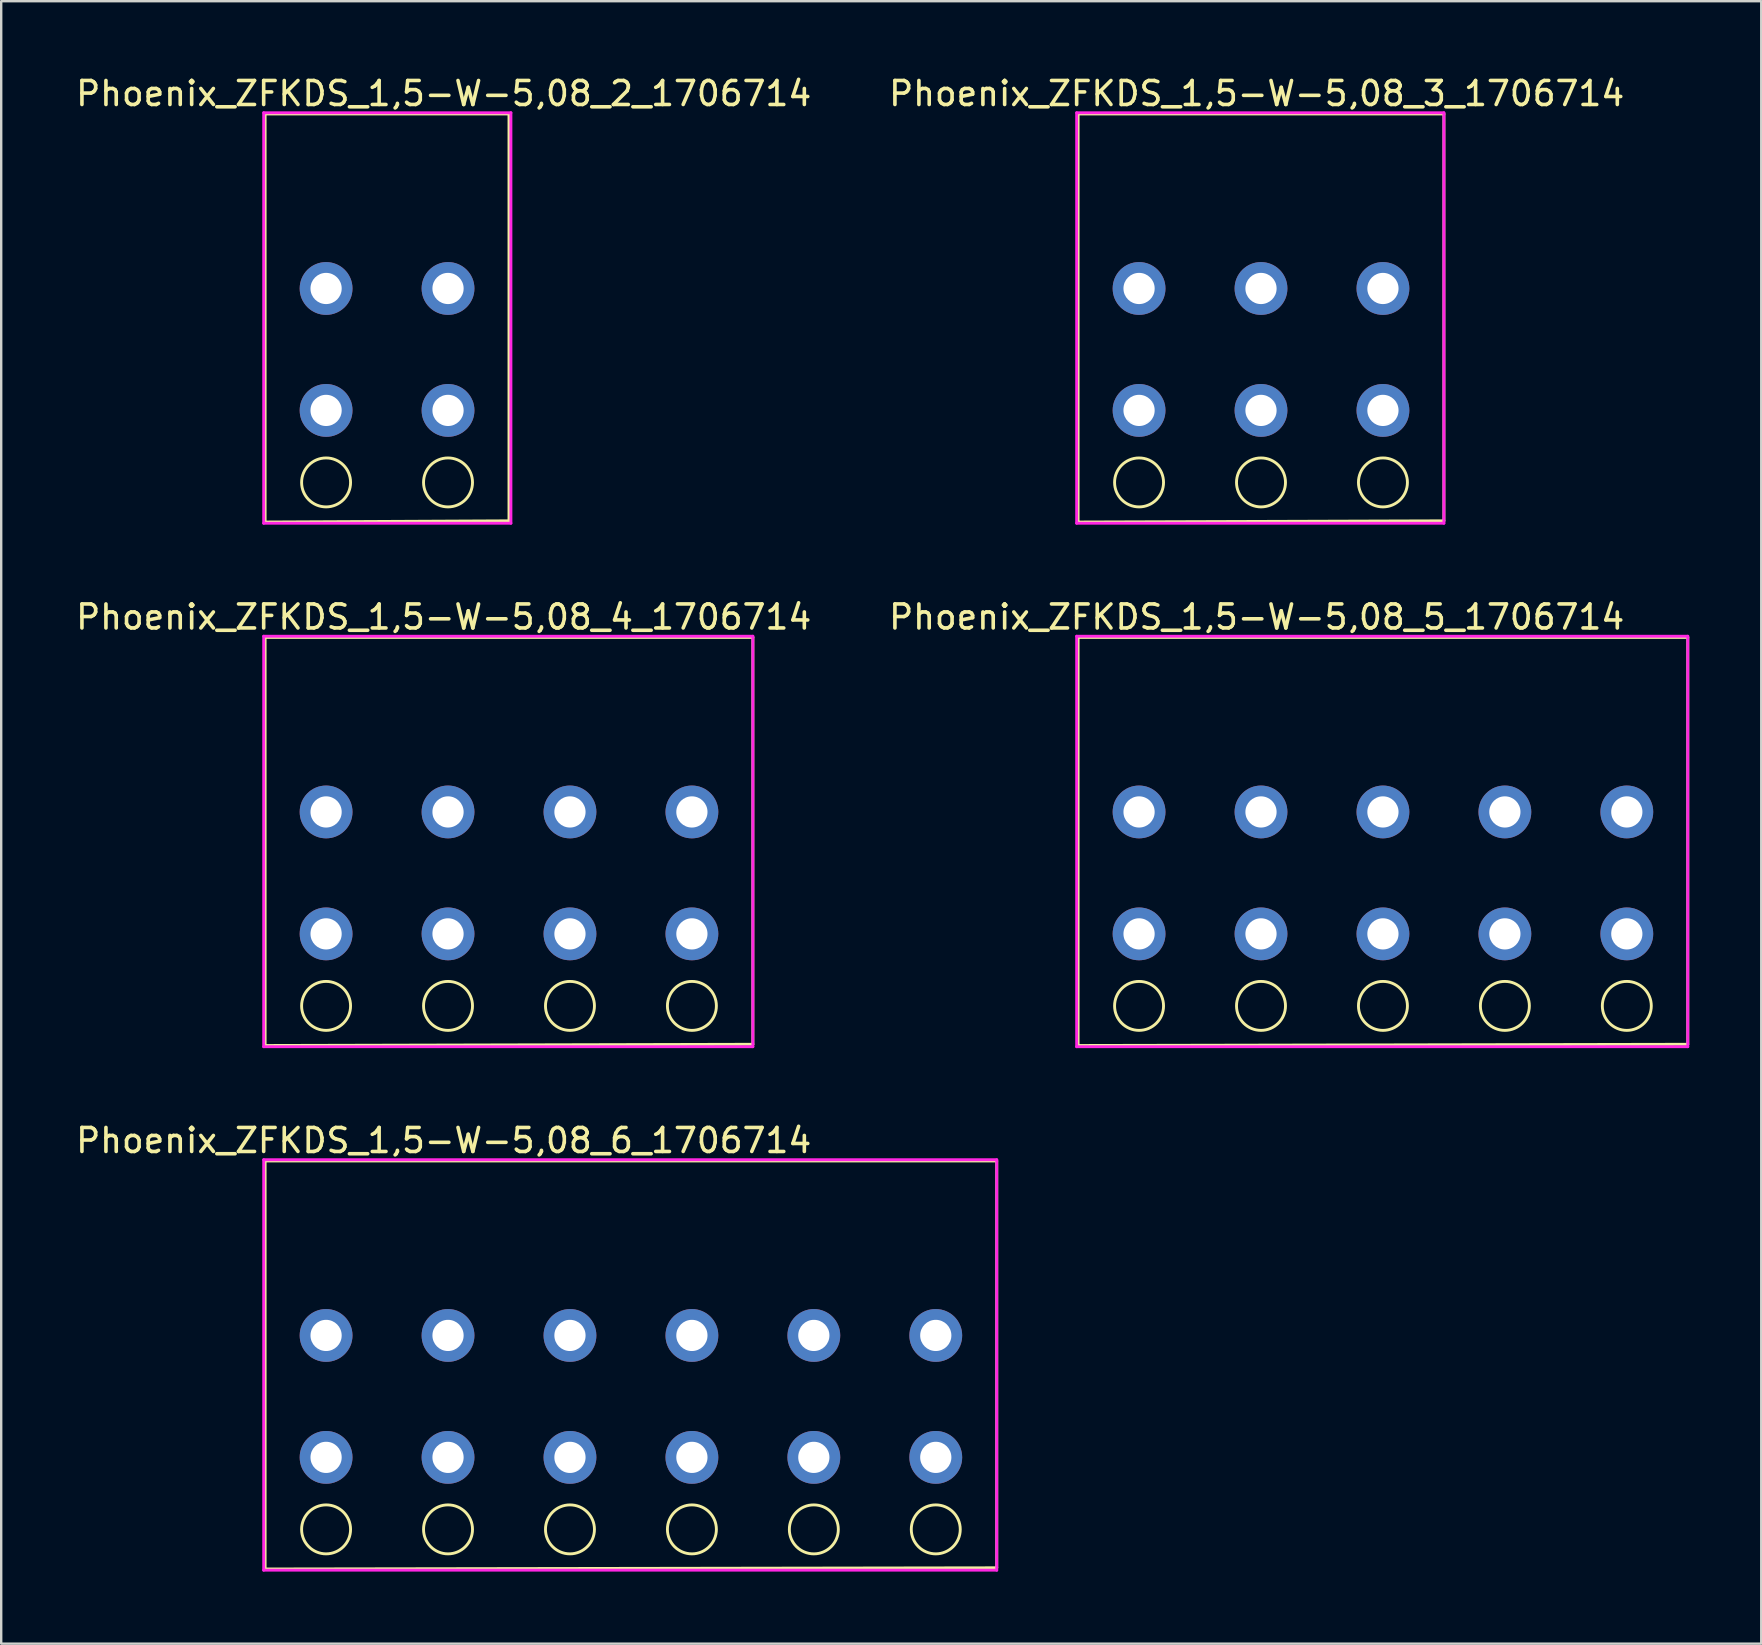
<source format=kicad_pcb>
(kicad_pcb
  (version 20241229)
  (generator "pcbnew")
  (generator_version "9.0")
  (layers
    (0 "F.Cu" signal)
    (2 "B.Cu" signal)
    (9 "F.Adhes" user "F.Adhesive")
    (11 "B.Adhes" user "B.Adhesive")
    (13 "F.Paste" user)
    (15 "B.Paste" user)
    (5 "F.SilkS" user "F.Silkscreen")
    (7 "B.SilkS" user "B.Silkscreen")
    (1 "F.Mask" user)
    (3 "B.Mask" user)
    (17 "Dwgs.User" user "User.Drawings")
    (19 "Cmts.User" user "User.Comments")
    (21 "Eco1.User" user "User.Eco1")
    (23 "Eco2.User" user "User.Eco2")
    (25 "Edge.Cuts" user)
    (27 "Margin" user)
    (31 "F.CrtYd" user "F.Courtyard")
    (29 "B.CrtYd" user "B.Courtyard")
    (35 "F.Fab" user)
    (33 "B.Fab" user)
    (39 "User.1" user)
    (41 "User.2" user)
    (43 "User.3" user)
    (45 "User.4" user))
  (footprint "Phoenix_ZFKDS_1,5-W-5,08_2_1706714"
    (layer "F.Cu")
    (at 10.535 14.048)
    (property "Reference" "Phoenix_ZFKDS_1,5-W-5,08_2_1706714" (at 4.9 -13.2 0) (layer "F.SilkS") (effects (font (size 1 1) (thickness 0.15))))
    (attr through_hole)
    (fp_line (start -2.54 -12.35) (end -2.54 4.65) (stroke (width 0.12) (type solid)) (layer "F.SilkS"))
    (fp_line (start -2.54 4.65) (end 7.62 4.6) (stroke (width 0.12) (type solid)) (layer "F.SilkS"))
    (fp_line (start 7.62 -12.35) (end -2.54 -12.35) (stroke (width 0.12) (type solid)) (layer "F.SilkS"))
    (fp_line (start 7.62 4.6) (end 7.62 -12.35) (stroke (width 0.12) (type solid)) (layer "F.SilkS"))
    (fp_circle (center 0 3) (end 1 2.8) (stroke (width 0.12) (type solid)) (fill no) (layer "F.SilkS"))
    (fp_circle (center 5.08 3) (end 6.1 3) (stroke (width 0.12) (type solid)) (fill no) (layer "F.SilkS"))
    (fp_line (start -2.6 -12.4) (end 7.7 -12.4) (stroke (width 0.12) (type solid)) (layer "F.CrtYd"))
    (fp_line (start -2.6 4.7) (end -2.6 -12.4) (stroke (width 0.12) (type solid)) (layer "F.CrtYd"))
    (fp_line (start 7.7 -12.4) (end 7.7 4.7) (stroke (width 0.12) (type solid)) (layer "F.CrtYd"))
    (fp_line (start 7.7 4.7) (end -2.6 4.7) (stroke (width 0.12) (type solid)) (layer "F.CrtYd"))
    (pad "1" thru_hole circle (at 0 -5.08) (size 2.2 2.2) (drill 1.3) (layers "*.Cu" "*.Mask"))
    (pad "1" thru_hole circle (at 0 0) (size 2.2 2.2) (drill 1.3) (layers "*.Cu" "*.Mask"))
    (pad "2" thru_hole circle (at 5.08 -5.08) (size 2.2 2.2) (drill 1.3) (layers "*.Cu" "*.Mask"))
    (pad "2" thru_hole circle (at 5.08 0) (size 2.2 2.2) (drill 1.3) (layers "*.Cu" "*.Mask")))
  (footprint "Phoenix_ZFKDS_1,5-W-5,08_6_1706714"
    (layer "F.Cu")
    (at 10.535 57.665)
    (property "Reference" "Phoenix_ZFKDS_1,5-W-5,08_6_1706714" (at 4.9 -13.2 0) (layer "F.SilkS") (effects (font (size 1 1) (thickness 0.15))))
    (attr through_hole)
    (fp_line (start -2.54 -12.35) (end -2.54 4.65) (stroke (width 0.12) (type solid)) (layer "F.SilkS"))
    (fp_line (start -2.54 4.65) (end 27.94 4.6) (stroke (width 0.12) (type solid)) (layer "F.SilkS"))
    (fp_line (start 27.94 -12.35) (end -2.54 -12.35) (stroke (width 0.12) (type solid)) (layer "F.SilkS"))
    (fp_line (start 27.94 4.6) (end 27.94 -12.35) (stroke (width 0.12) (type solid)) (layer "F.SilkS"))
    (fp_circle (center 0 3) (end 1 2.8) (stroke (width 0.12) (type solid)) (fill no) (layer "F.SilkS"))
    (fp_circle (center 5.08 3) (end 6.1 3) (stroke (width 0.12) (type solid)) (fill no) (layer "F.SilkS"))
    (fp_circle (center 10.16 3) (end 11.18 3) (stroke (width 0.12) (type solid)) (fill no) (layer "F.SilkS"))
    (fp_circle (center 15.24 3) (end 16.26 3) (stroke (width 0.12) (type solid)) (fill no) (layer "F.SilkS"))
    (fp_circle (center 20.32 3) (end 21.34 3) (stroke (width 0.12) (type solid)) (fill no) (layer "F.SilkS"))
    (fp_circle (center 25.4 3) (end 26.42 3) (stroke (width 0.12) (type solid)) (fill no) (layer "F.SilkS"))
    (fp_line (start -2.6 -12.4) (end 27.94 -12.4) (stroke (width 0.12) (type solid)) (layer "F.CrtYd"))
    (fp_line (start -2.6 4.7) (end -2.6 -12.4) (stroke (width 0.12) (type solid)) (layer "F.CrtYd"))
    (fp_line (start 27.94 -12.4) (end 27.94 4.7) (stroke (width 0.12) (type solid)) (layer "F.CrtYd"))
    (fp_line (start 27.94 4.7) (end -2.6 4.7) (stroke (width 0.12) (type solid)) (layer "F.CrtYd"))
    (pad "1" thru_hole circle (at 0 -5.08) (size 2.2 2.2) (drill 1.3) (layers "*.Cu" "*.Mask"))
    (pad "1" thru_hole circle (at 0 0) (size 2.2 2.2) (drill 1.3) (layers "*.Cu" "*.Mask"))
    (pad "2" thru_hole circle (at 5.08 -5.08) (size 2.2 2.2) (drill 1.3) (layers "*.Cu" "*.Mask"))
    (pad "2" thru_hole circle (at 5.08 0) (size 2.2 2.2) (drill 1.3) (layers "*.Cu" "*.Mask"))
    (pad "3" thru_hole circle (at 10.16 -5.08) (size 2.2 2.2) (drill 1.3) (layers "*.Cu" "*.Mask"))
    (pad "3" thru_hole circle (at 10.16 0) (size 2.2 2.2) (drill 1.3) (layers "*.Cu" "*.Mask"))
    (pad "4" thru_hole circle (at 15.24 -5.08) (size 2.2 2.2) (drill 1.3) (layers "*.Cu" "*.Mask"))
    (pad "4" thru_hole circle (at 15.24 0) (size 2.2 2.2) (drill 1.3) (layers "*.Cu" "*.Mask"))
    (pad "5" thru_hole circle (at 20.32 -5.08) (size 2.2 2.2) (drill 1.3) (layers "*.Cu" "*.Mask"))
    (pad "5" thru_hole circle (at 20.32 0) (size 2.2 2.2) (drill 1.3) (layers "*.Cu" "*.Mask"))
    (pad "6" thru_hole circle (at 25.4 -5.08) (size 2.2 2.2) (drill 1.3) (layers "*.Cu" "*.Mask"))
    (pad "6" thru_hole circle (at 25.4 0) (size 2.2 2.2) (drill 1.3) (layers "*.Cu" "*.Mask")))
  (footprint "Phoenix_ZFKDS_1,5-W-5,08_3_1706714"
    (layer "F.Cu")
    (at 44.404 14.048)
    (property "Reference" "Phoenix_ZFKDS_1,5-W-5,08_3_1706714" (at 4.9 -13.2 0) (layer "F.SilkS") (effects (font (size 1 1) (thickness 0.15))))
    (attr through_hole)
    (fp_line (start -2.54 -12.35) (end -2.54 4.65) (stroke (width 0.12) (type solid)) (layer "F.SilkS"))
    (fp_line (start -2.54 4.65) (end 12.7 4.6) (stroke (width 0.12) (type solid)) (layer "F.SilkS"))
    (fp_line (start 12.7 -12.35) (end -2.54 -12.35) (stroke (width 0.12) (type solid)) (layer "F.SilkS"))
    (fp_line (start 12.7 4.6) (end 12.7 -12.35) (stroke (width 0.12) (type solid)) (layer "F.SilkS"))
    (fp_circle (center 0 3) (end 1 2.8) (stroke (width 0.12) (type solid)) (fill no) (layer "F.SilkS"))
    (fp_circle (center 5.08 3) (end 6.1 3) (stroke (width 0.12) (type solid)) (fill no) (layer "F.SilkS"))
    (fp_circle (center 10.16 3) (end 11.18 3) (stroke (width 0.12) (type solid)) (fill no) (layer "F.SilkS"))
    (fp_line (start -2.6 -12.4) (end 12.7 -12.4) (stroke (width 0.12) (type solid)) (layer "F.CrtYd"))
    (fp_line (start -2.6 4.7) (end -2.6 -12.4) (stroke (width 0.12) (type solid)) (layer "F.CrtYd"))
    (fp_line (start 12.7 -12.4) (end 12.7 4.7) (stroke (width 0.12) (type solid)) (layer "F.CrtYd"))
    (fp_line (start 12.7 4.7) (end -2.6 4.7) (stroke (width 0.12) (type solid)) (layer "F.CrtYd"))
    (pad "1" thru_hole circle (at 0 -5.08) (size 2.2 2.2) (drill 1.3) (layers "*.Cu" "*.Mask"))
    (pad "1" thru_hole circle (at 0 0) (size 2.2 2.2) (drill 1.3) (layers "*.Cu" "*.Mask"))
    (pad "2" thru_hole circle (at 5.08 -5.08) (size 2.2 2.2) (drill 1.3) (layers "*.Cu" "*.Mask"))
    (pad "2" thru_hole circle (at 5.08 0) (size 2.2 2.2) (drill 1.3) (layers "*.Cu" "*.Mask"))
    (pad "3" thru_hole circle (at 10.16 -5.08) (size 2.2 2.2) (drill 1.3) (layers "*.Cu" "*.Mask"))
    (pad "3" thru_hole circle (at 10.16 0) (size 2.2 2.2) (drill 1.3) (layers "*.Cu" "*.Mask")))
  (footprint "Phoenix_ZFKDS_1,5-W-5,08_4_1706714"
    (layer "F.Cu")
    (at 10.535 35.856)
    (property "Reference" "Phoenix_ZFKDS_1,5-W-5,08_4_1706714" (at 4.9 -13.2 0) (layer "F.SilkS") (effects (font (size 1 1) (thickness 0.15))))
    (attr through_hole)
    (fp_line (start -2.54 -12.35) (end -2.54 4.65) (stroke (width 0.12) (type solid)) (layer "F.SilkS"))
    (fp_line (start -2.54 4.65) (end 17.78 4.6) (stroke (width 0.12) (type solid)) (layer "F.SilkS"))
    (fp_line (start 17.78 -12.35) (end -2.54 -12.35) (stroke (width 0.12) (type solid)) (layer "F.SilkS"))
    (fp_line (start 17.78 4.6) (end 17.78 -12.35) (stroke (width 0.12) (type solid)) (layer "F.SilkS"))
    (fp_circle (center 0 3) (end 1 2.8) (stroke (width 0.12) (type solid)) (fill no) (layer "F.SilkS"))
    (fp_circle (center 5.08 3) (end 6.1 3) (stroke (width 0.12) (type solid)) (fill no) (layer "F.SilkS"))
    (fp_circle (center 10.16 3) (end 11.18 3) (stroke (width 0.12) (type solid)) (fill no) (layer "F.SilkS"))
    (fp_circle (center 15.24 3) (end 16.26 3) (stroke (width 0.12) (type solid)) (fill no) (layer "F.SilkS"))
    (fp_line (start -2.6 -12.4) (end 17.78 -12.4) (stroke (width 0.12) (type solid)) (layer "F.CrtYd"))
    (fp_line (start -2.6 4.7) (end -2.6 -12.4) (stroke (width 0.12) (type solid)) (layer "F.CrtYd"))
    (fp_line (start 17.78 -12.4) (end 17.78 4.7) (stroke (width 0.12) (type solid)) (layer "F.CrtYd"))
    (fp_line (start 17.78 4.7) (end -2.6 4.7) (stroke (width 0.12) (type solid)) (layer "F.CrtYd"))
    (pad "1" thru_hole circle (at 0 -5.08) (size 2.2 2.2) (drill 1.3) (layers "*.Cu" "*.Mask"))
    (pad "1" thru_hole circle (at 0 0) (size 2.2 2.2) (drill 1.3) (layers "*.Cu" "*.Mask"))
    (pad "2" thru_hole circle (at 5.08 -5.08) (size 2.2 2.2) (drill 1.3) (layers "*.Cu" "*.Mask"))
    (pad "2" thru_hole circle (at 5.08 0) (size 2.2 2.2) (drill 1.3) (layers "*.Cu" "*.Mask"))
    (pad "3" thru_hole circle (at 10.16 -5.08) (size 2.2 2.2) (drill 1.3) (layers "*.Cu" "*.Mask"))
    (pad "3" thru_hole circle (at 10.16 0) (size 2.2 2.2) (drill 1.3) (layers "*.Cu" "*.Mask"))
    (pad "4" thru_hole circle (at 15.24 -5.08) (size 2.2 2.2) (drill 1.3) (layers "*.Cu" "*.Mask"))
    (pad "4" thru_hole circle (at 15.24 0) (size 2.2 2.2) (drill 1.3) (layers "*.Cu" "*.Mask")))
  (footprint "Phoenix_ZFKDS_1,5-W-5,08_5_1706714"
    (layer "F.Cu")
    (at 44.404 35.856)
    (property "Reference" "Phoenix_ZFKDS_1,5-W-5,08_5_1706714" (at 4.9 -13.2 0) (layer "F.SilkS") (effects (font (size 1 1) (thickness 0.15))))
    (attr through_hole)
    (fp_line (start -2.54 -12.35) (end -2.54 4.65) (stroke (width 0.12) (type solid)) (layer "F.SilkS"))
    (fp_line (start -2.54 4.65) (end 22.86 4.6) (stroke (width 0.12) (type solid)) (layer "F.SilkS"))
    (fp_line (start 22.86 -12.35) (end -2.54 -12.35) (stroke (width 0.12) (type solid)) (layer "F.SilkS"))
    (fp_line (start 22.86 4.6) (end 22.86 -12.35) (stroke (width 0.12) (type solid)) (layer "F.SilkS"))
    (fp_circle (center 0 3) (end 1 2.8) (stroke (width 0.12) (type solid)) (fill no) (layer "F.SilkS"))
    (fp_circle (center 5.08 3) (end 6.1 3) (stroke (width 0.12) (type solid)) (fill no) (layer "F.SilkS"))
    (fp_circle (center 10.16 3) (end 11.18 3) (stroke (width 0.12) (type solid)) (fill no) (layer "F.SilkS"))
    (fp_circle (center 15.24 3) (end 16.26 3) (stroke (width 0.12) (type solid)) (fill no) (layer "F.SilkS"))
    (fp_circle (center 20.32 3) (end 21.34 3) (stroke (width 0.12) (type solid)) (fill no) (layer "F.SilkS"))
    (fp_line (start -2.6 -12.4) (end 22.86 -12.4) (stroke (width 0.12) (type solid)) (layer "F.CrtYd"))
    (fp_line (start -2.6 4.7) (end -2.6 -12.4) (stroke (width 0.12) (type solid)) (layer "F.CrtYd"))
    (fp_line (start 22.86 -12.4) (end 22.86 4.7) (stroke (width 0.12) (type solid)) (layer "F.CrtYd"))
    (fp_line (start 22.86 4.7) (end -2.6 4.7) (stroke (width 0.12) (type solid)) (layer "F.CrtYd"))
    (pad "1" thru_hole circle (at 0 -5.08) (size 2.2 2.2) (drill 1.3) (layers "*.Cu" "*.Mask"))
    (pad "1" thru_hole circle (at 0 0) (size 2.2 2.2) (drill 1.3) (layers "*.Cu" "*.Mask"))
    (pad "2" thru_hole circle (at 5.08 -5.08) (size 2.2 2.2) (drill 1.3) (layers "*.Cu" "*.Mask"))
    (pad "2" thru_hole circle (at 5.08 0) (size 2.2 2.2) (drill 1.3) (layers "*.Cu" "*.Mask"))
    (pad "3" thru_hole circle (at 10.16 -5.08) (size 2.2 2.2) (drill 1.3) (layers "*.Cu" "*.Mask"))
    (pad "3" thru_hole circle (at 10.16 0) (size 2.2 2.2) (drill 1.3) (layers "*.Cu" "*.Mask"))
    (pad "4" thru_hole circle (at 15.24 -5.08) (size 2.2 2.2) (drill 1.3) (layers "*.Cu" "*.Mask"))
    (pad "4" thru_hole circle (at 15.24 0) (size 2.2 2.2) (drill 1.3) (layers "*.Cu" "*.Mask"))
    (pad "5" thru_hole circle (at 20.32 -5.08) (size 2.2 2.2) (drill 1.3) (layers "*.Cu" "*.Mask"))
    (pad "5" thru_hole circle (at 20.32 0) (size 2.2 2.2) (drill 1.3) (layers "*.Cu" "*.Mask")))
  (gr_rect
    (start -3 -3)
    (end 70.324 65.425)
    (stroke (width 0.1) (type default))
    (fill no)
    (layer "Edge.Cuts")))
</source>
